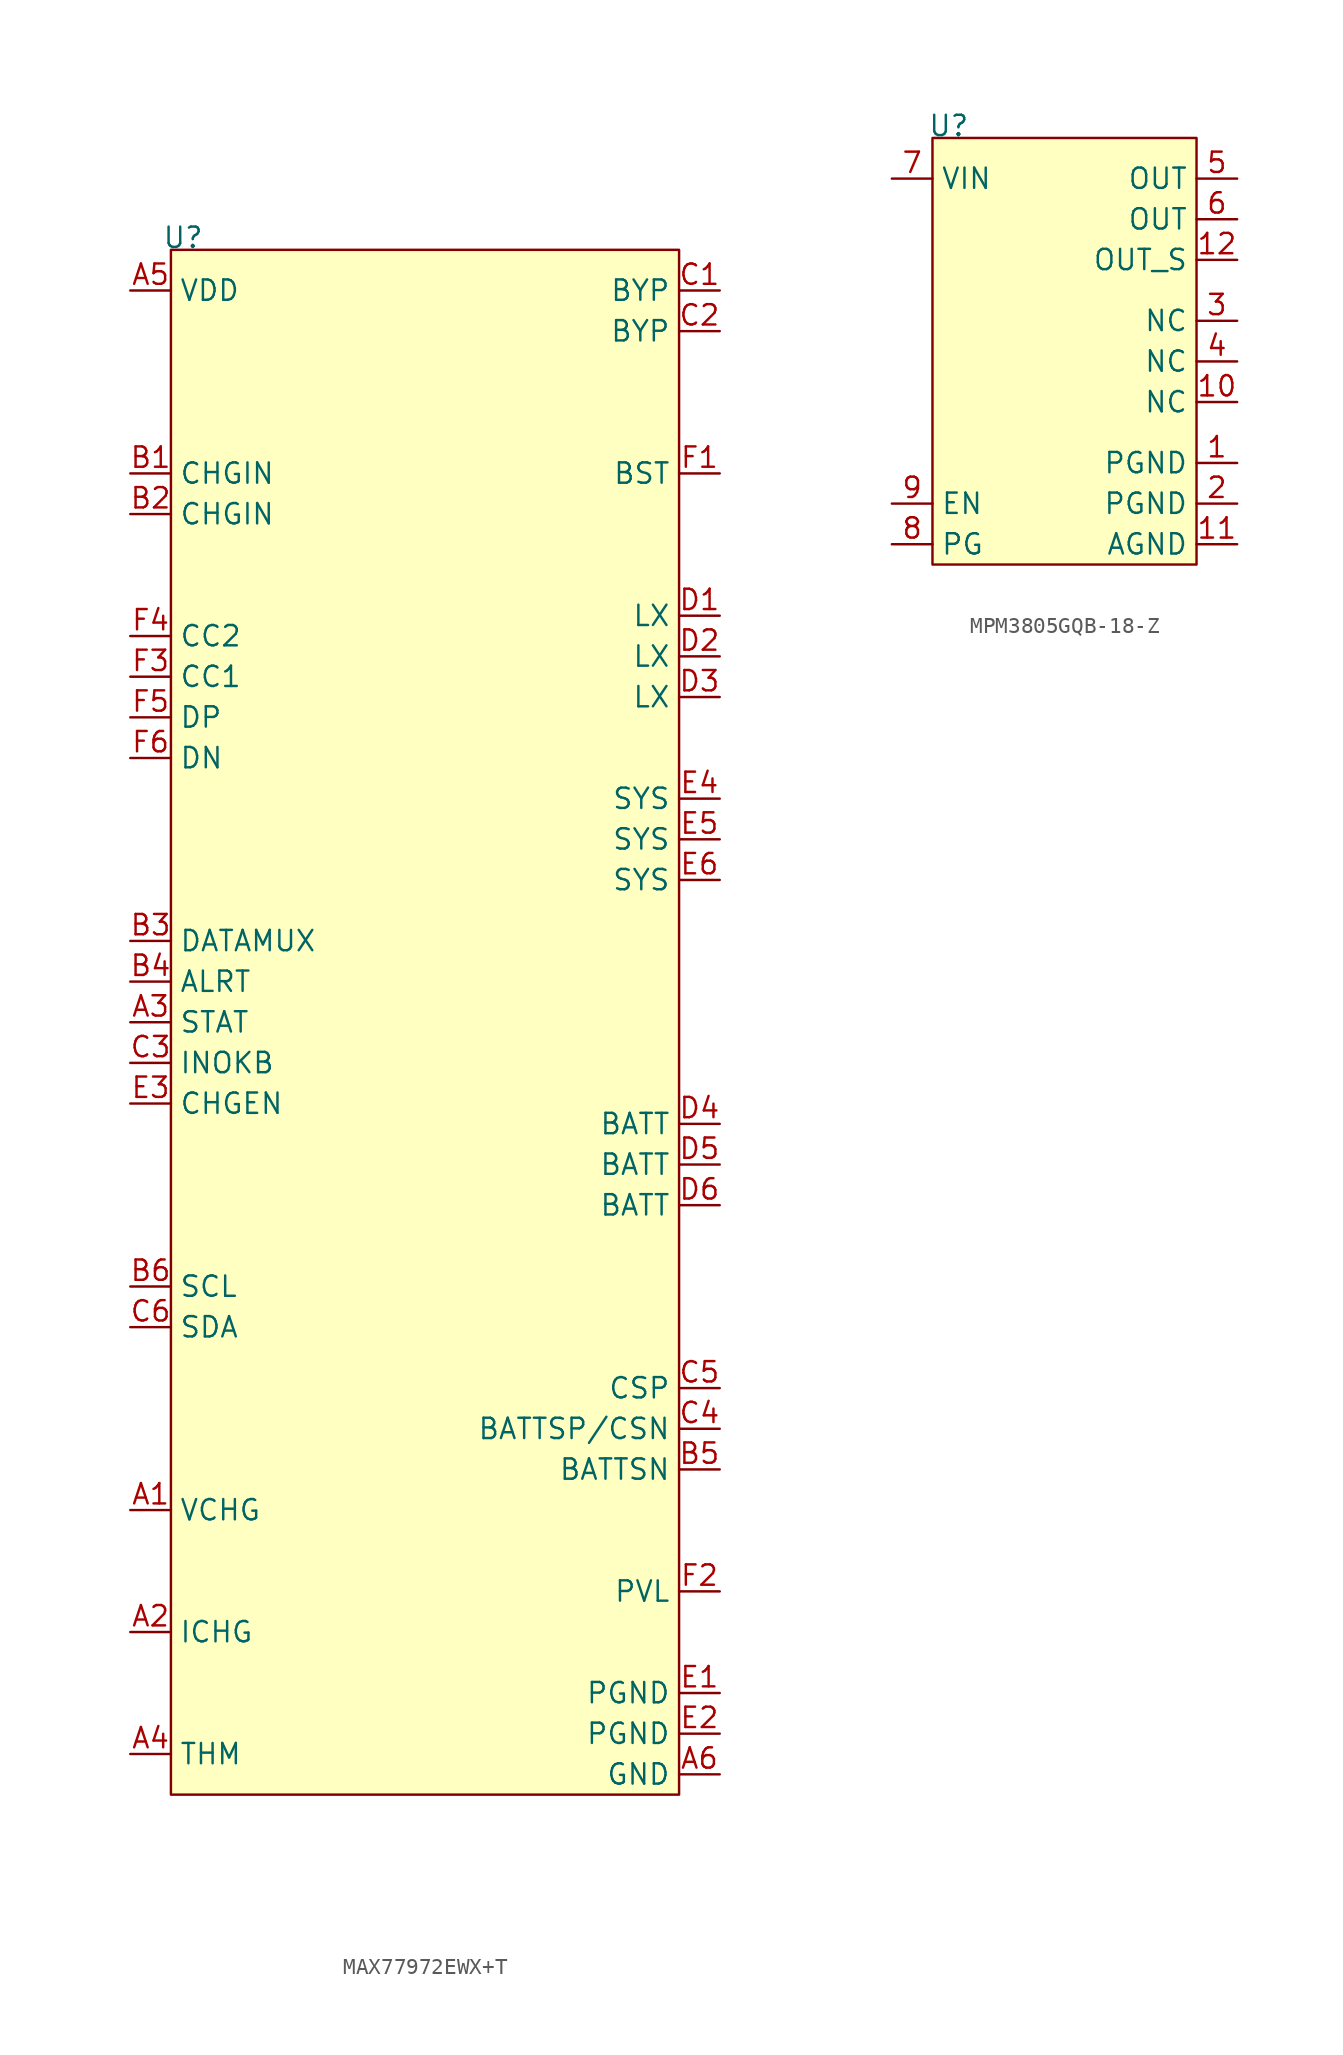
<source format=kicad_sym>
(kicad_symbol_lib
  (version 20241209)
  (generator "kicad_symbol_editor")
  (generator_version "9.0")
  (symbol "MAX77972EWX+T"
    (property "Reference" "U"
      (at 0.762 0.762 0)
      (effects (font (size 1.27 1.27))))
    (property "Value" ""
      (at 0 0 0)
      (effects (font (size 1.27 1.27))))
    (symbol "MAX77972EWX+T_0_1"
      (rectangle (start 0 0) (end 31.75 -96.52) (stroke (width 0) (type default)) (fill (type background))))
    (symbol "MAX77972EWX+T_1_1"
      (pin power_in line (at -2.54 -2.54 0) (length 2.54) (name "VDD" (effects (font (size 1.27 1.27)))) (number "A5" (effects (font (size 1.27 1.27)))))
      (pin power_in line (at -2.54 -13.97 0) (length 2.54) (name "CHGIN" (effects (font (size 1.27 1.27)))) (number "B1" (effects (font (size 1.27 1.27)))))
      (pin power_in line (at -2.54 -16.51 0) (length 2.54) (name "CHGIN" (effects (font (size 1.27 1.27)))) (number "B2" (effects (font (size 1.27 1.27)))))
      (pin input line (at -2.54 -24.13 0) (length 2.54) (name "CC2" (effects (font (size 1.27 1.27)))) (number "F4" (effects (font (size 1.27 1.27)))))
      (pin input line (at -2.54 -26.67 0) (length 2.54) (name "CC1" (effects (font (size 1.27 1.27)))) (number "F3" (effects (font (size 1.27 1.27)))))
      (pin bidirectional line (at -2.54 -29.21 0) (length 2.54) (name "DP" (effects (font (size 1.27 1.27)))) (number "F5" (effects (font (size 1.27 1.27)))))
      (pin bidirectional line (at -2.54 -31.75 0) (length 2.54) (name "DN" (effects (font (size 1.27 1.27)))) (number "F6" (effects (font (size 1.27 1.27)))))
      (pin input line (at -2.54 -43.18 0) (length 2.54) (name "DATAMUX" (effects (font (size 1.27 1.27)))) (number "B3" (effects (font (size 1.27 1.27)))))
      (pin output line (at -2.54 -45.72 0) (length 2.54) (name "ALRT" (effects (font (size 1.27 1.27)))) (number "B4" (effects (font (size 1.27 1.27)))))
      (pin output line (at -2.54 -48.26 0) (length 2.54) (name "STAT" (effects (font (size 1.27 1.27)))) (number "A3" (effects (font (size 1.27 1.27)))))
      (pin output line (at -2.54 -50.8 0) (length 2.54) (name "INOKB" (effects (font (size 1.27 1.27)))) (number "C3" (effects (font (size 1.27 1.27)))))
      (pin input line (at -2.54 -53.34 0) (length 2.54) (name "CHGEN" (effects (font (size 1.27 1.27)))) (number "E3" (effects (font (size 1.27 1.27)))))
      (pin input line (at -2.54 -64.77 0) (length 2.54) (name "SCL" (effects (font (size 1.27 1.27)))) (number "B6" (effects (font (size 1.27 1.27)))))
      (pin bidirectional line (at -2.54 -67.31 0) (length 2.54) (name "SDA" (effects (font (size 1.27 1.27)))) (number "C6" (effects (font (size 1.27 1.27)))))
      (pin input line (at -2.54 -78.74 0) (length 2.54) (name "VCHG" (effects (font (size 1.27 1.27)))) (number "A1" (effects (font (size 1.27 1.27)))))
      (pin input line (at -2.54 -86.36 0) (length 2.54) (name "ICHG" (effects (font (size 1.27 1.27)))) (number "A2" (effects (font (size 1.27 1.27)))))
      (pin input line (at -2.54 -93.98 0) (length 2.54) (name "THM" (effects (font (size 1.27 1.27)))) (number "A4" (effects (font (size 1.27 1.27)))))
      (pin power_out line (at 34.29 -2.54 180) (length 2.54) (name "BYP" (effects (font (size 1.27 1.27)))) (number "C1" (effects (font (size 1.27 1.27)))))
      (pin power_out line (at 34.29 -5.08 180) (length 2.54) (name "BYP" (effects (font (size 1.27 1.27)))) (number "C2" (effects (font (size 1.27 1.27)))))
      (pin power_out line (at 34.29 -13.97 180) (length 2.54) (name "BST" (effects (font (size 1.27 1.27)))) (number "F1" (effects (font (size 1.27 1.27)))))
      (pin power_out line (at 34.29 -22.86 180) (length 2.54) (name "LX" (effects (font (size 1.27 1.27)))) (number "D1" (effects (font (size 1.27 1.27)))))
      (pin power_out line (at 34.29 -25.4 180) (length 2.54) (name "LX" (effects (font (size 1.27 1.27)))) (number "D2" (effects (font (size 1.27 1.27)))))
      (pin power_out line (at 34.29 -27.94 180) (length 2.54) (name "LX" (effects (font (size 1.27 1.27)))) (number "D3" (effects (font (size 1.27 1.27)))))
      (pin power_out line (at 34.29 -34.29 180) (length 2.54) (name "SYS" (effects (font (size 1.27 1.27)))) (number "E4" (effects (font (size 1.27 1.27)))))
      (pin power_out line (at 34.29 -36.83 180) (length 2.54) (name "SYS" (effects (font (size 1.27 1.27)))) (number "E5" (effects (font (size 1.27 1.27)))))
      (pin power_out line (at 34.29 -39.37 180) (length 2.54) (name "SYS" (effects (font (size 1.27 1.27)))) (number "E6" (effects (font (size 1.27 1.27)))))
      (pin power_in line (at 34.29 -54.61 180) (length 2.54) (name "BATT" (effects (font (size 1.27 1.27)))) (number "D4" (effects (font (size 1.27 1.27)))))
      (pin power_in line (at 34.29 -57.15 180) (length 2.54) (name "BATT" (effects (font (size 1.27 1.27)))) (number "D5" (effects (font (size 1.27 1.27)))))
      (pin power_in line (at 34.29 -59.69 180) (length 2.54) (name "BATT" (effects (font (size 1.27 1.27)))) (number "D6" (effects (font (size 1.27 1.27)))))
      (pin input line (at 34.29 -71.12 180) (length 2.54) (name "CSP" (effects (font (size 1.27 1.27)))) (number "C5" (effects (font (size 1.27 1.27)))))
      (pin input line (at 34.29 -73.66 180) (length 2.54) (name "BATTSP/CSN" (effects (font (size 1.27 1.27)))) (number "C4" (effects (font (size 1.27 1.27)))))
      (pin input line (at 34.29 -76.2 180) (length 2.54) (name "BATTSN" (effects (font (size 1.27 1.27)))) (number "B5" (effects (font (size 1.27 1.27)))))
      (pin power_out line (at 34.29 -83.82 180) (length 2.54) (name "PVL" (effects (font (size 1.27 1.27)))) (number "F2" (effects (font (size 1.27 1.27)))))
      (pin power_in line (at 34.29 -90.17 180) (length 2.54) (name "PGND" (effects (font (size 1.27 1.27)))) (number "E1" (effects (font (size 1.27 1.27)))))
      (pin power_in line (at 34.29 -92.71 180) (length 2.54) (name "PGND" (effects (font (size 1.27 1.27)))) (number "E2" (effects (font (size 1.27 1.27)))))
      (pin power_in line (at 34.29 -95.25 180) (length 2.54) (name "GND" (effects (font (size 1.27 1.27)))) (number "A6" (effects (font (size 1.27 1.27)))))))
  (symbol "MPM3805GQB-18-Z"
    (property "Reference" "U"
      (at 1.016 0.762 0)
      (effects (font (size 1.27 1.27))))
    (property "Value" ""
      (at 0 0 0)
      (effects (font (size 1.27 1.27))))
    (symbol "MPM3805GQB-18-Z_0_1"
      (rectangle (start 0 0) (end 16.51 -26.67) (stroke (width 0) (type default)) (fill (type background))))
    (symbol "MPM3805GQB-18-Z_1_1"
      (pin power_in line (at -2.54 -2.54 0) (length 2.54) (name "VIN" (effects (font (size 1.27 1.27)))) (number "7" (effects (font (size 1.27 1.27)))))
      (pin input line (at -2.54 -22.86 0) (length 2.54) (name "EN" (effects (font (size 1.27 1.27)))) (number "9" (effects (font (size 1.27 1.27)))))
      (pin output line (at -2.54 -25.4 0) (length 2.54) (name "PG" (effects (font (size 1.27 1.27)))) (number "8" (effects (font (size 1.27 1.27)))))
      (pin power_out line (at 19.05 -2.54 180) (length 2.54) (name "OUT" (effects (font (size 1.27 1.27)))) (number "5" (effects (font (size 1.27 1.27)))))
      (pin power_out line (at 19.05 -5.08 180) (length 2.54) (name "OUT" (effects (font (size 1.27 1.27)))) (number "6" (effects (font (size 1.27 1.27)))))
      (pin power_in line (at 19.05 -7.62 180) (length 2.54) (name "OUT_S" (effects (font (size 1.27 1.27)))) (number "12" (effects (font (size 1.27 1.27)))))
      (pin passive line (at 19.05 -11.43 180) (length 2.54) (name "NC" (effects (font (size 1.27 1.27)))) (number "3" (effects (font (size 1.27 1.27)))))
      (pin passive line (at 19.05 -13.97 180) (length 2.54) (name "NC" (effects (font (size 1.27 1.27)))) (number "4" (effects (font (size 1.27 1.27)))))
      (pin passive line (at 19.05 -16.51 180) (length 2.54) (name "NC" (effects (font (size 1.27 1.27)))) (number "10" (effects (font (size 1.27 1.27)))))
      (pin power_in line (at 19.05 -20.32 180) (length 2.54) (name "PGND" (effects (font (size 1.27 1.27)))) (number "1" (effects (font (size 1.27 1.27)))))
      (pin power_in line (at 19.05 -22.86 180) (length 2.54) (name "PGND" (effects (font (size 1.27 1.27)))) (number "2" (effects (font (size 1.27 1.27)))))
      (pin power_in line (at 19.05 -25.4 180) (length 2.54) (name "AGND" (effects (font (size 1.27 1.27)))) (number "11" (effects (font (size 1.27 1.27))))))))
</source>
